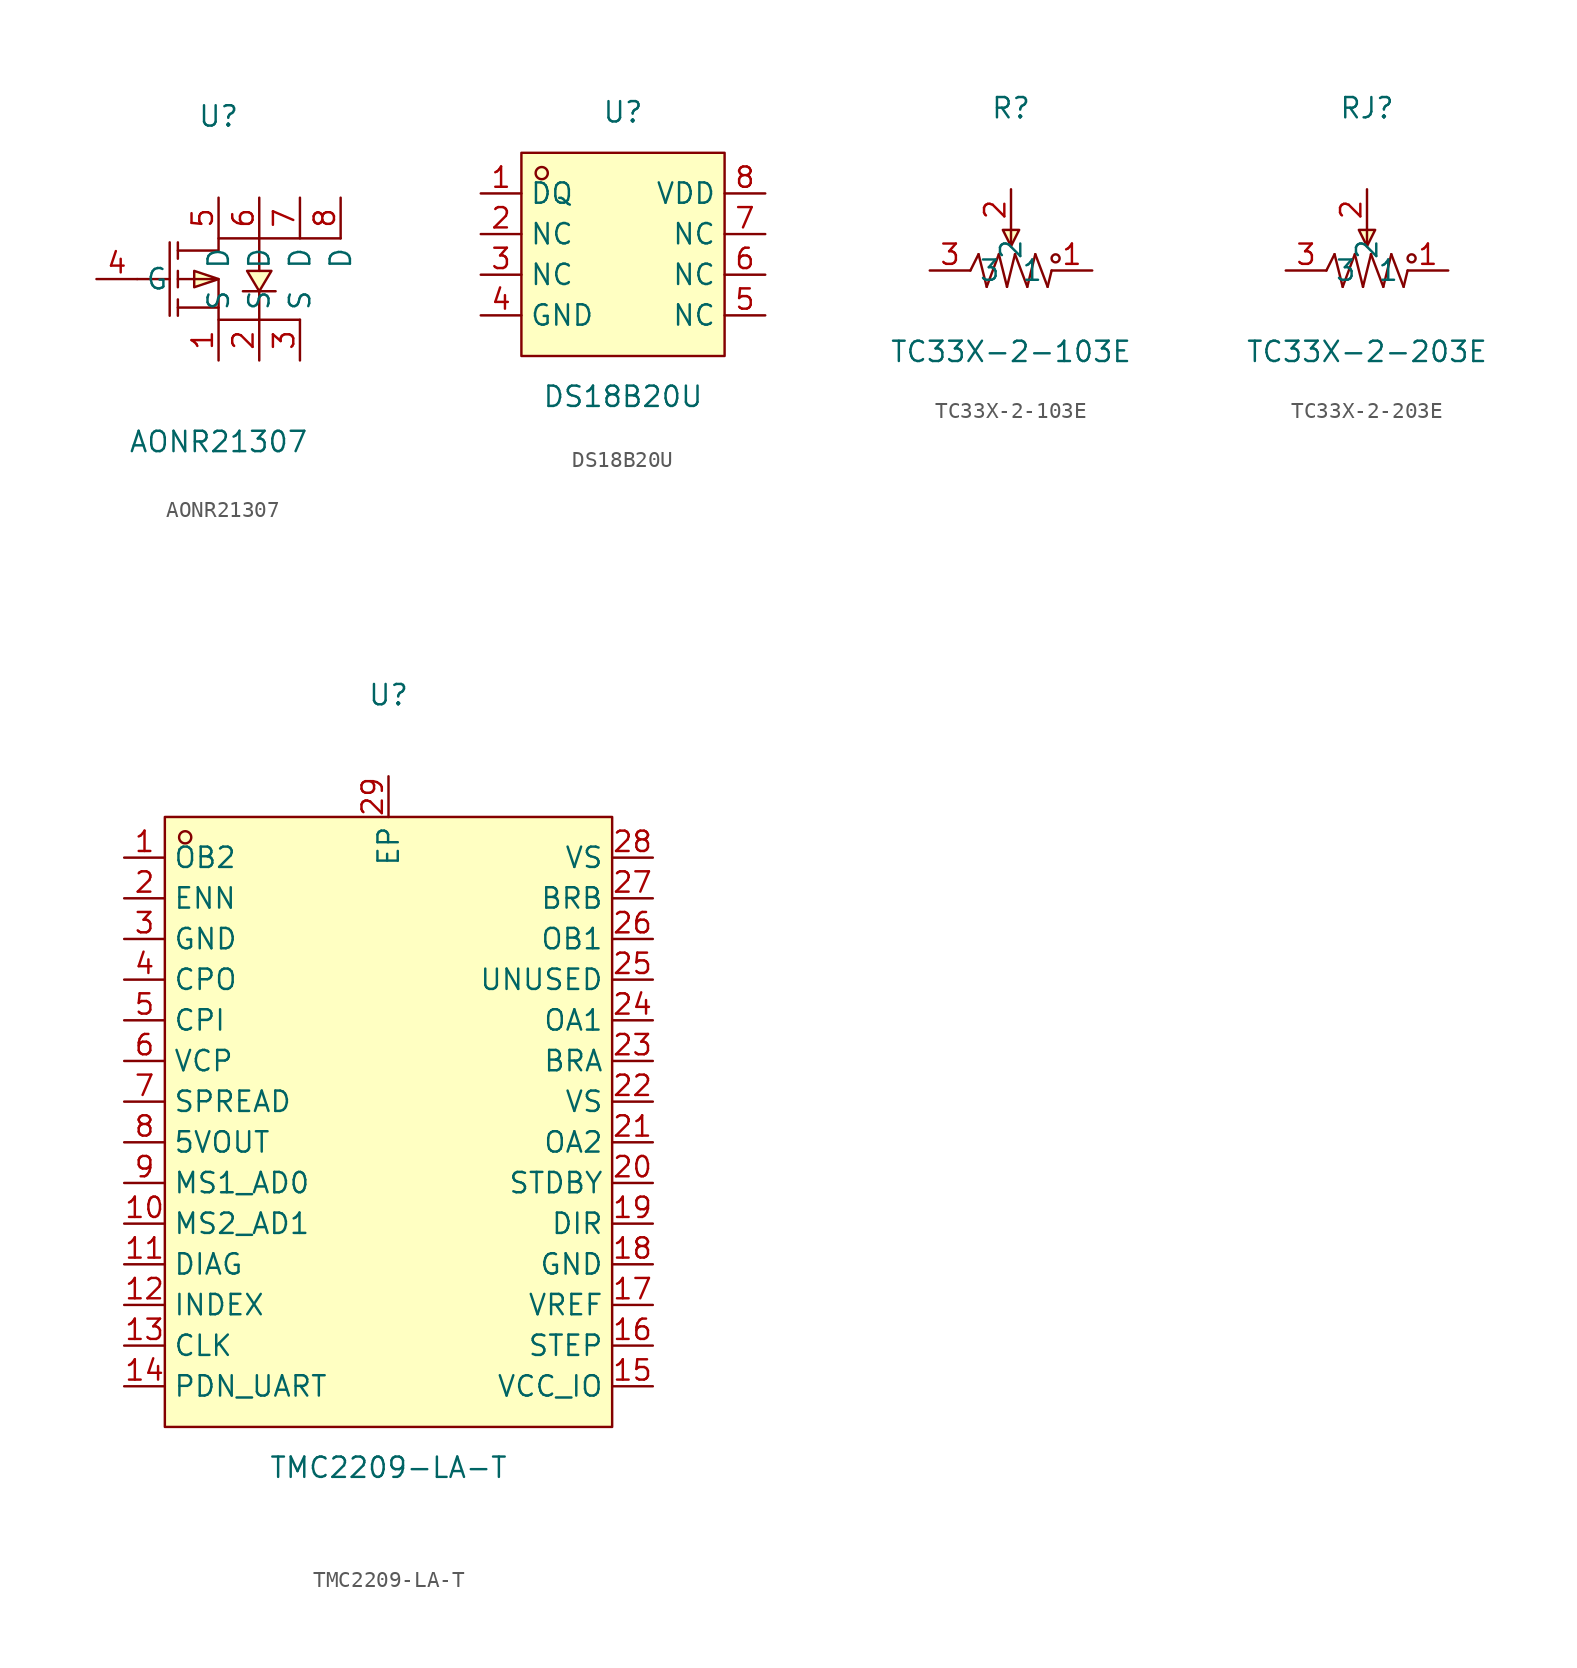
<source format=kicad_sym>
(kicad_symbol_lib
  (version 20211014)
  (generator https://github.com/uPesy/easyeda2kicad.py)
  (symbol "AONR21307"
    (property "Reference" "U"
      (at 0 10.16 0)
      (effects (font (size 1.27 1.27))))
    (property "Value" "AONR21307"
      (at 0 -10.16 0)
      (effects (font (size 1.27 1.27))))
    (symbol "AONR21307_0_1"
      (polyline (pts (xy -2.54 1.78) (xy 0.00 1.78) (xy 0.00 2.54) (xy 2.54 2.54) (xy 2.54 2.54) (xy 2.54 0.51)) (stroke (width 0) (type default) (color 0 0 0 0)) (fill (type none)))
      (polyline (pts (xy -2.54 -0.00) (xy 0.00 -0.00) (xy 0.00 -2.54) (xy 5.08 -2.54) (xy 2.54 -2.54) (xy 2.54 -0.76)) (stroke (width 0) (type default) (color 0 0 0 0)) (fill (type none)))
      (polyline (pts (xy 0.00 -1.78) (xy -2.54 -1.78)) (stroke (width 0) (type default) (color 0 0 0 0)) (fill (type none)))
      (polyline (pts (xy -3.05 2.29) (xy -3.05 -2.29)) (stroke (width 0) (type default) (color 0 0 0 0)) (fill (type none)))
      (polyline (pts (xy -2.54 2.29) (xy -2.54 1.27)) (stroke (width 0) (type default) (color 0 0 0 0)) (fill (type none)))
      (polyline (pts (xy -2.54 -0.51) (xy -2.54 0.51)) (stroke (width 0) (type default) (color 0 0 0 0)) (fill (type none)))
      (polyline (pts (xy -2.54 -2.29) (xy -2.54 -1.27)) (stroke (width 0) (type default) (color 0 0 0 0)) (fill (type none)))
      (polyline (pts (xy -5.08 -0.00) (xy -3.05 -0.00)) (stroke (width 0) (type default) (color 0 0 0 0)) (fill (type none)))
      (polyline (pts (xy 3.56 -0.76) (xy 3.05 -0.76) (xy 2.03 -0.76) (xy 1.52 -0.76)) (stroke (width 0) (type default) (color 0 0 0 0)) (fill (type none)))
      (polyline (pts (xy 2.54 2.54) (xy 7.62 2.54)) (stroke (width 0) (type default) (color 0 0 0 0)) (fill (type none)))
      (polyline (pts (xy 0.00 -0.00) (xy -1.52 -0.51) (xy -1.52 0.51) (xy 0.00 -0.00)) (stroke (width 0) (type default) (color 0 0 0 0)) (fill (type background)))
      (polyline (pts (xy 2.54 -0.76) (xy 1.78 0.51) (xy 3.30 0.51) (xy 2.54 -0.76)) (stroke (width 0) (type default) (color 0 0 0 0)) (fill (type background)))
      (pin unspecified line (at 0.00 5.08 270) (length 2.54) (name "D" (effects (font (size 1.27 1.27)))) (number "5" (effects (font (size 1.27 1.27)))))
      (pin unspecified line (at -7.62 -0.00 0) (length 2.54) (name "G" (effects (font (size 1.27 1.27)))) (number "4" (effects (font (size 1.27 1.27)))))
      (pin unspecified line (at 0.00 -5.08 90) (length 2.54) (name "S" (effects (font (size 1.27 1.27)))) (number "1" (effects (font (size 1.27 1.27)))))
      (pin unspecified line (at 2.54 -5.08 90) (length 2.54) (name "S" (effects (font (size 1.27 1.27)))) (number "2" (effects (font (size 1.27 1.27)))))
      (pin unspecified line (at 5.08 -5.08 90) (length 2.54) (name "S" (effects (font (size 1.27 1.27)))) (number "3" (effects (font (size 1.27 1.27)))))
      (pin unspecified line (at 2.54 5.08 270) (length 2.54) (name "D" (effects (font (size 1.27 1.27)))) (number "6" (effects (font (size 1.27 1.27)))))
      (pin unspecified line (at 5.08 5.08 270) (length 2.54) (name "D" (effects (font (size 1.27 1.27)))) (number "7" (effects (font (size 1.27 1.27)))))
      (pin unspecified line (at 7.62 5.08 270) (length 2.54) (name "D" (effects (font (size 1.27 1.27)))) (number "8" (effects (font (size 1.27 1.27)))))))
  (symbol "DS18B20U"
    (property "Reference" "U"
      (at 0 8.89 0)
      (effects (font (size 1.27 1.27))))
    (property "Value" "DS18B20U"
      (at 0 -8.89 0)
      (effects (font (size 1.27 1.27))))
    (symbol "DS18B20U_0_1"
      (rectangle (start -6.35 6.35) (end 6.35 -6.35) (stroke (width 0) (type default) (color 0 0 0 0)) (fill (type background)))
      (circle (center -5.08 5.08) (radius 0.38) (stroke (width 0) (type default) (color 0 0 0 0)) (fill (type none)))
      (pin unspecified line (at -8.89 3.81 0) (length 2.54) (name "DQ" (effects (font (size 1.27 1.27)))) (number "1" (effects (font (size 1.27 1.27)))))
      (pin unspecified line (at -8.89 1.27 0) (length 2.54) (name "NC" (effects (font (size 1.27 1.27)))) (number "2" (effects (font (size 1.27 1.27)))))
      (pin unspecified line (at -8.89 -1.27 0) (length 2.54) (name "NC" (effects (font (size 1.27 1.27)))) (number "3" (effects (font (size 1.27 1.27)))))
      (pin unspecified line (at -8.89 -3.81 0) (length 2.54) (name "GND" (effects (font (size 1.27 1.27)))) (number "4" (effects (font (size 1.27 1.27)))))
      (pin unspecified line (at 8.89 -3.81 180) (length 2.54) (name "NC" (effects (font (size 1.27 1.27)))) (number "5" (effects (font (size 1.27 1.27)))))
      (pin unspecified line (at 8.89 -1.27 180) (length 2.54) (name "NC" (effects (font (size 1.27 1.27)))) (number "6" (effects (font (size 1.27 1.27)))))
      (pin unspecified line (at 8.89 1.27 180) (length 2.54) (name "NC" (effects (font (size 1.27 1.27)))) (number "7" (effects (font (size 1.27 1.27)))))
      (pin unspecified line (at 8.89 3.81 180) (length 2.54) (name "VDD" (effects (font (size 1.27 1.27)))) (number "8" (effects (font (size 1.27 1.27)))))))
  (symbol "TC33X-2-103E"
    (property "Reference" "R"
      (at 0 10.16 0)
      (effects (font (size 1.27 1.27))))
    (property "Value" "TC33X-2-103E"
      (at 0 -5.08 0)
      (effects (font (size 1.27 1.27))))
    (symbol "TC33X-2-103E_0_1"
      (circle (center 2.79 0.76) (radius 0.25) (stroke (width 0) (type default) (color 0 0 0 0)) (fill (type none)))
      (polyline (pts (xy 0.00 2.54) (xy 0.00 1.52)) (stroke (width 0) (type default) (color 0 0 0 0)) (fill (type none)))
      (polyline (pts (xy 2.29 -1.02) (xy 2.54 -0.00)) (stroke (width 0) (type default) (color 0 0 0 0)) (fill (type none)))
      (polyline (pts (xy 1.52 1.02) (xy 2.29 -1.02)) (stroke (width 0) (type default) (color 0 0 0 0)) (fill (type none)))
      (polyline (pts (xy 1.02 -1.02) (xy 1.52 1.02)) (stroke (width 0) (type default) (color 0 0 0 0)) (fill (type none)))
      (polyline (pts (xy 0.25 1.02) (xy 1.02 -1.02)) (stroke (width 0) (type default) (color 0 0 0 0)) (fill (type none)))
      (polyline (pts (xy -0.25 -1.02) (xy 0.25 1.02)) (stroke (width 0) (type default) (color 0 0 0 0)) (fill (type none)))
      (polyline (pts (xy -0.76 1.02) (xy -0.25 -1.02)) (stroke (width 0) (type default) (color 0 0 0 0)) (fill (type none)))
      (polyline (pts (xy -1.52 -1.02) (xy -0.76 1.02)) (stroke (width 0) (type default) (color 0 0 0 0)) (fill (type none)))
      (polyline (pts (xy -2.03 1.02) (xy -1.52 -1.02)) (stroke (width 0) (type default) (color 0 0 0 0)) (fill (type none)))
      (polyline (pts (xy -2.54 -0.00) (xy -2.03 1.02)) (stroke (width 0) (type default) (color 0 0 0 0)) (fill (type none)))
      (polyline (pts (xy -0.51 2.54) (xy 0.00 1.52) (xy 0.51 2.54) (xy -0.51 2.54)) (stroke (width 0) (type default) (color 0 0 0 0)) (fill (type background)))
      (pin unspecified line (at 0.00 5.08 270) (length 2.54) (name "2" (effects (font (size 1.27 1.27)))) (number "2" (effects (font (size 1.27 1.27)))))
      (pin unspecified line (at 5.08 -0.00 180) (length 2.54) (name "1" (effects (font (size 1.27 1.27)))) (number "1" (effects (font (size 1.27 1.27)))))
      (pin unspecified line (at -5.08 -0.00 0) (length 2.54) (name "3" (effects (font (size 1.27 1.27)))) (number "3" (effects (font (size 1.27 1.27)))))))
  (symbol "TC33X-2-203E"
    (property "Reference" "RJ"
      (at 0 10.16 0)
      (effects (font (size 1.27 1.27))))
    (property "Value" "TC33X-2-203E"
      (at 0 -5.08 0)
      (effects (font (size 1.27 1.27))))
    (symbol "TC33X-2-203E_0_1"
      (circle (center 2.79 0.76) (radius 0.25) (stroke (width 0) (type default) (color 0 0 0 0)) (fill (type none)))
      (polyline (pts (xy 0.00 2.54) (xy 0.00 1.52)) (stroke (width 0) (type default) (color 0 0 0 0)) (fill (type none)))
      (polyline (pts (xy 2.29 -1.02) (xy 2.54 -0.00)) (stroke (width 0) (type default) (color 0 0 0 0)) (fill (type none)))
      (polyline (pts (xy 1.52 1.02) (xy 2.29 -1.02)) (stroke (width 0) (type default) (color 0 0 0 0)) (fill (type none)))
      (polyline (pts (xy 1.02 -1.02) (xy 1.52 1.02)) (stroke (width 0) (type default) (color 0 0 0 0)) (fill (type none)))
      (polyline (pts (xy 0.25 1.02) (xy 1.02 -1.02)) (stroke (width 0) (type default) (color 0 0 0 0)) (fill (type none)))
      (polyline (pts (xy -0.25 -1.02) (xy 0.25 1.02)) (stroke (width 0) (type default) (color 0 0 0 0)) (fill (type none)))
      (polyline (pts (xy -0.76 1.02) (xy -0.25 -1.02)) (stroke (width 0) (type default) (color 0 0 0 0)) (fill (type none)))
      (polyline (pts (xy -1.52 -1.02) (xy -0.76 1.02)) (stroke (width 0) (type default) (color 0 0 0 0)) (fill (type none)))
      (polyline (pts (xy -2.03 1.02) (xy -1.52 -1.02)) (stroke (width 0) (type default) (color 0 0 0 0)) (fill (type none)))
      (polyline (pts (xy -2.54 -0.00) (xy -2.03 1.02)) (stroke (width 0) (type default) (color 0 0 0 0)) (fill (type none)))
      (polyline (pts (xy -0.51 2.54) (xy 0.00 1.52) (xy 0.51 2.54) (xy -0.51 2.54)) (stroke (width 0) (type default) (color 0 0 0 0)) (fill (type background)))
      (pin unspecified line (at 0.00 5.08 270) (length 2.54) (name "2" (effects (font (size 1.27 1.27)))) (number "2" (effects (font (size 1.27 1.27)))))
      (pin unspecified line (at 5.08 -0.00 180) (length 2.54) (name "1" (effects (font (size 1.27 1.27)))) (number "1" (effects (font (size 1.27 1.27)))))
      (pin unspecified line (at -5.08 -0.00 0) (length 2.54) (name "3" (effects (font (size 1.27 1.27)))) (number "3" (effects (font (size 1.27 1.27)))))))
  (symbol "TMC2209-LA-T"
    (property "Reference" "U"
      (at 0 26.67 0)
      (effects (font (size 1.27 1.27))))
    (property "Value" "TMC2209-LA-T"
      (at 0 -21.59 0)
      (effects (font (size 1.27 1.27))))
    (symbol "TMC2209-LA-T_0_1"
      (rectangle (start -13.97 19.05) (end 13.97 -19.05) (stroke (width 0) (type default) (color 0 0 0 0)) (fill (type background)))
      (circle (center -12.70 17.78) (radius 0.38) (stroke (width 0) (type default) (color 0 0 0 0)) (fill (type none)))
      (pin unspecified line (at -16.51 16.51 0) (length 2.54) (name "OB2" (effects (font (size 1.27 1.27)))) (number "1" (effects (font (size 1.27 1.27)))))
      (pin unspecified line (at -16.51 13.97 0) (length 2.54) (name "ENN" (effects (font (size 1.27 1.27)))) (number "2" (effects (font (size 1.27 1.27)))))
      (pin unspecified line (at -16.51 11.43 0) (length 2.54) (name "GND" (effects (font (size 1.27 1.27)))) (number "3" (effects (font (size 1.27 1.27)))))
      (pin unspecified line (at -16.51 8.89 0) (length 2.54) (name "CPO" (effects (font (size 1.27 1.27)))) (number "4" (effects (font (size 1.27 1.27)))))
      (pin unspecified line (at -16.51 6.35 0) (length 2.54) (name "CPI" (effects (font (size 1.27 1.27)))) (number "5" (effects (font (size 1.27 1.27)))))
      (pin unspecified line (at -16.51 3.81 0) (length 2.54) (name "VCP" (effects (font (size 1.27 1.27)))) (number "6" (effects (font (size 1.27 1.27)))))
      (pin unspecified line (at -16.51 1.27 0) (length 2.54) (name "SPREAD" (effects (font (size 1.27 1.27)))) (number "7" (effects (font (size 1.27 1.27)))))
      (pin unspecified line (at -16.51 -1.27 0) (length 2.54) (name "5VOUT" (effects (font (size 1.27 1.27)))) (number "8" (effects (font (size 1.27 1.27)))))
      (pin unspecified line (at -16.51 -3.81 0) (length 2.54) (name "MS1_AD0" (effects (font (size 1.27 1.27)))) (number "9" (effects (font (size 1.27 1.27)))))
      (pin unspecified line (at -16.51 -6.35 0) (length 2.54) (name "MS2_AD1" (effects (font (size 1.27 1.27)))) (number "10" (effects (font (size 1.27 1.27)))))
      (pin unspecified line (at -16.51 -8.89 0) (length 2.54) (name "DIAG" (effects (font (size 1.27 1.27)))) (number "11" (effects (font (size 1.27 1.27)))))
      (pin unspecified line (at -16.51 -11.43 0) (length 2.54) (name "INDEX" (effects (font (size 1.27 1.27)))) (number "12" (effects (font (size 1.27 1.27)))))
      (pin unspecified line (at -16.51 -13.97 0) (length 2.54) (name "CLK" (effects (font (size 1.27 1.27)))) (number "13" (effects (font (size 1.27 1.27)))))
      (pin unspecified line (at -16.51 -16.51 0) (length 2.54) (name "PDN_UART" (effects (font (size 1.27 1.27)))) (number "14" (effects (font (size 1.27 1.27)))))
      (pin unspecified line (at 16.51 -16.51 180) (length 2.54) (name "VCC_IO" (effects (font (size 1.27 1.27)))) (number "15" (effects (font (size 1.27 1.27)))))
      (pin unspecified line (at 16.51 -13.97 180) (length 2.54) (name "STEP" (effects (font (size 1.27 1.27)))) (number "16" (effects (font (size 1.27 1.27)))))
      (pin unspecified line (at 16.51 -11.43 180) (length 2.54) (name "VREF" (effects (font (size 1.27 1.27)))) (number "17" (effects (font (size 1.27 1.27)))))
      (pin unspecified line (at 16.51 -8.89 180) (length 2.54) (name "GND" (effects (font (size 1.27 1.27)))) (number "18" (effects (font (size 1.27 1.27)))))
      (pin unspecified line (at 16.51 -6.35 180) (length 2.54) (name "DIR" (effects (font (size 1.27 1.27)))) (number "19" (effects (font (size 1.27 1.27)))))
      (pin unspecified line (at 16.51 -3.81 180) (length 2.54) (name "STDBY" (effects (font (size 1.27 1.27)))) (number "20" (effects (font (size 1.27 1.27)))))
      (pin unspecified line (at 16.51 -1.27 180) (length 2.54) (name "OA2" (effects (font (size 1.27 1.27)))) (number "21" (effects (font (size 1.27 1.27)))))
      (pin unspecified line (at 16.51 1.27 180) (length 2.54) (name "VS" (effects (font (size 1.27 1.27)))) (number "22" (effects (font (size 1.27 1.27)))))
      (pin unspecified line (at 16.51 3.81 180) (length 2.54) (name "BRA" (effects (font (size 1.27 1.27)))) (number "23" (effects (font (size 1.27 1.27)))))
      (pin unspecified line (at 16.51 6.35 180) (length 2.54) (name "OA1" (effects (font (size 1.27 1.27)))) (number "24" (effects (font (size 1.27 1.27)))))
      (pin unspecified line (at 16.51 8.89 180) (length 2.54) (name "UNUSED" (effects (font (size 1.27 1.27)))) (number "25" (effects (font (size 1.27 1.27)))))
      (pin unspecified line (at 16.51 11.43 180) (length 2.54) (name "OB1" (effects (font (size 1.27 1.27)))) (number "26" (effects (font (size 1.27 1.27)))))
      (pin unspecified line (at 16.51 13.97 180) (length 2.54) (name "BRB" (effects (font (size 1.27 1.27)))) (number "27" (effects (font (size 1.27 1.27)))))
      (pin unspecified line (at 16.51 16.51 180) (length 2.54) (name "VS" (effects (font (size 1.27 1.27)))) (number "28" (effects (font (size 1.27 1.27)))))
      (pin unspecified line (at 0.00 21.59 270) (length 2.54) (name "EP" (effects (font (size 1.27 1.27)))) (number "29" (effects (font (size 1.27 1.27))))))))
</source>
